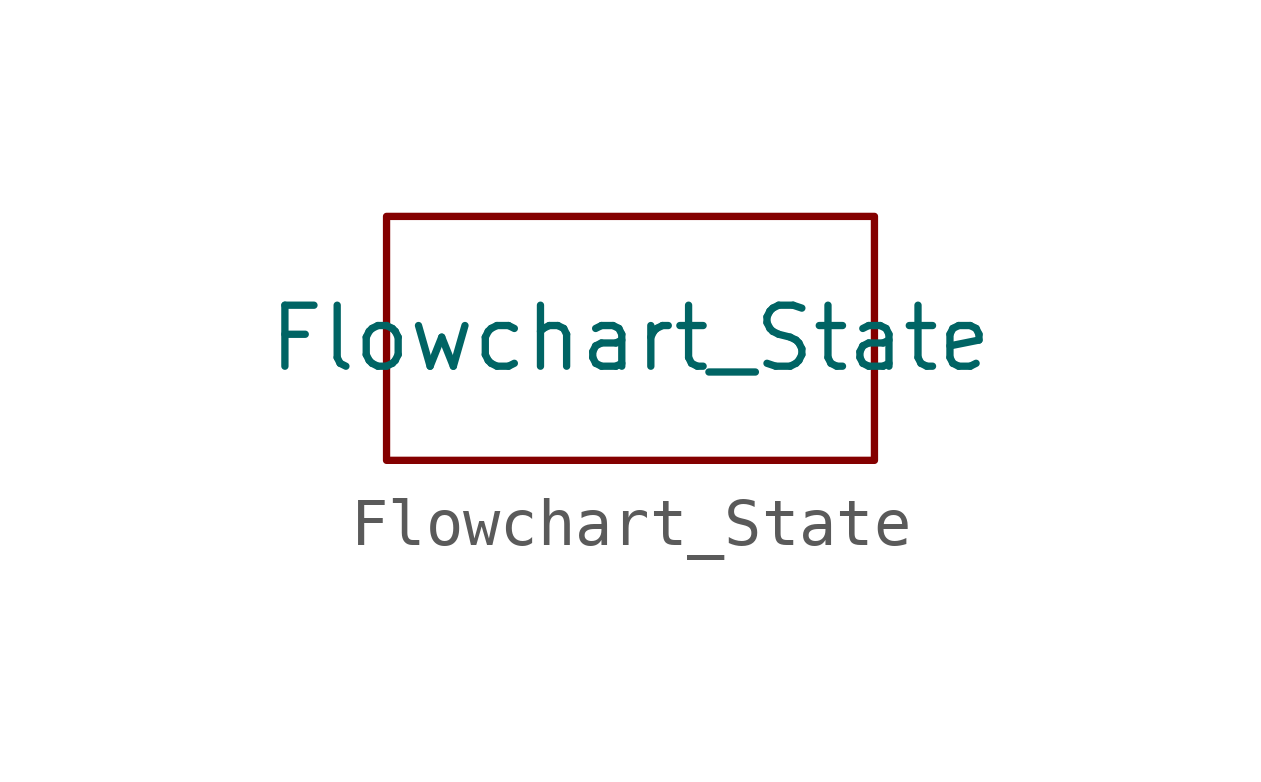
<source format=kicad_sym>
(kicad_symbol_lib
  (version 20211014)
  (generator kicad_symbol_editor)
  (symbol "Flowchart_State"
    (pin_names
      (offset 1.016))
    (property "Reference" "U"
      (at 0 0 0)
      (effects (font (size 1.27 1.27)) hide))
    (property "Value" "Flowchart_State"
      (at 0 0 0)
      (effects (font (size 1.27 1.27))))
    (symbol "Flowchart_State_0_1"
      (rectangle (start -5.08 2.54) (end 5.08 -2.54) (stroke (width 0) (type default) (color 0 0 0 0)) (fill (type none))))))
</source>
